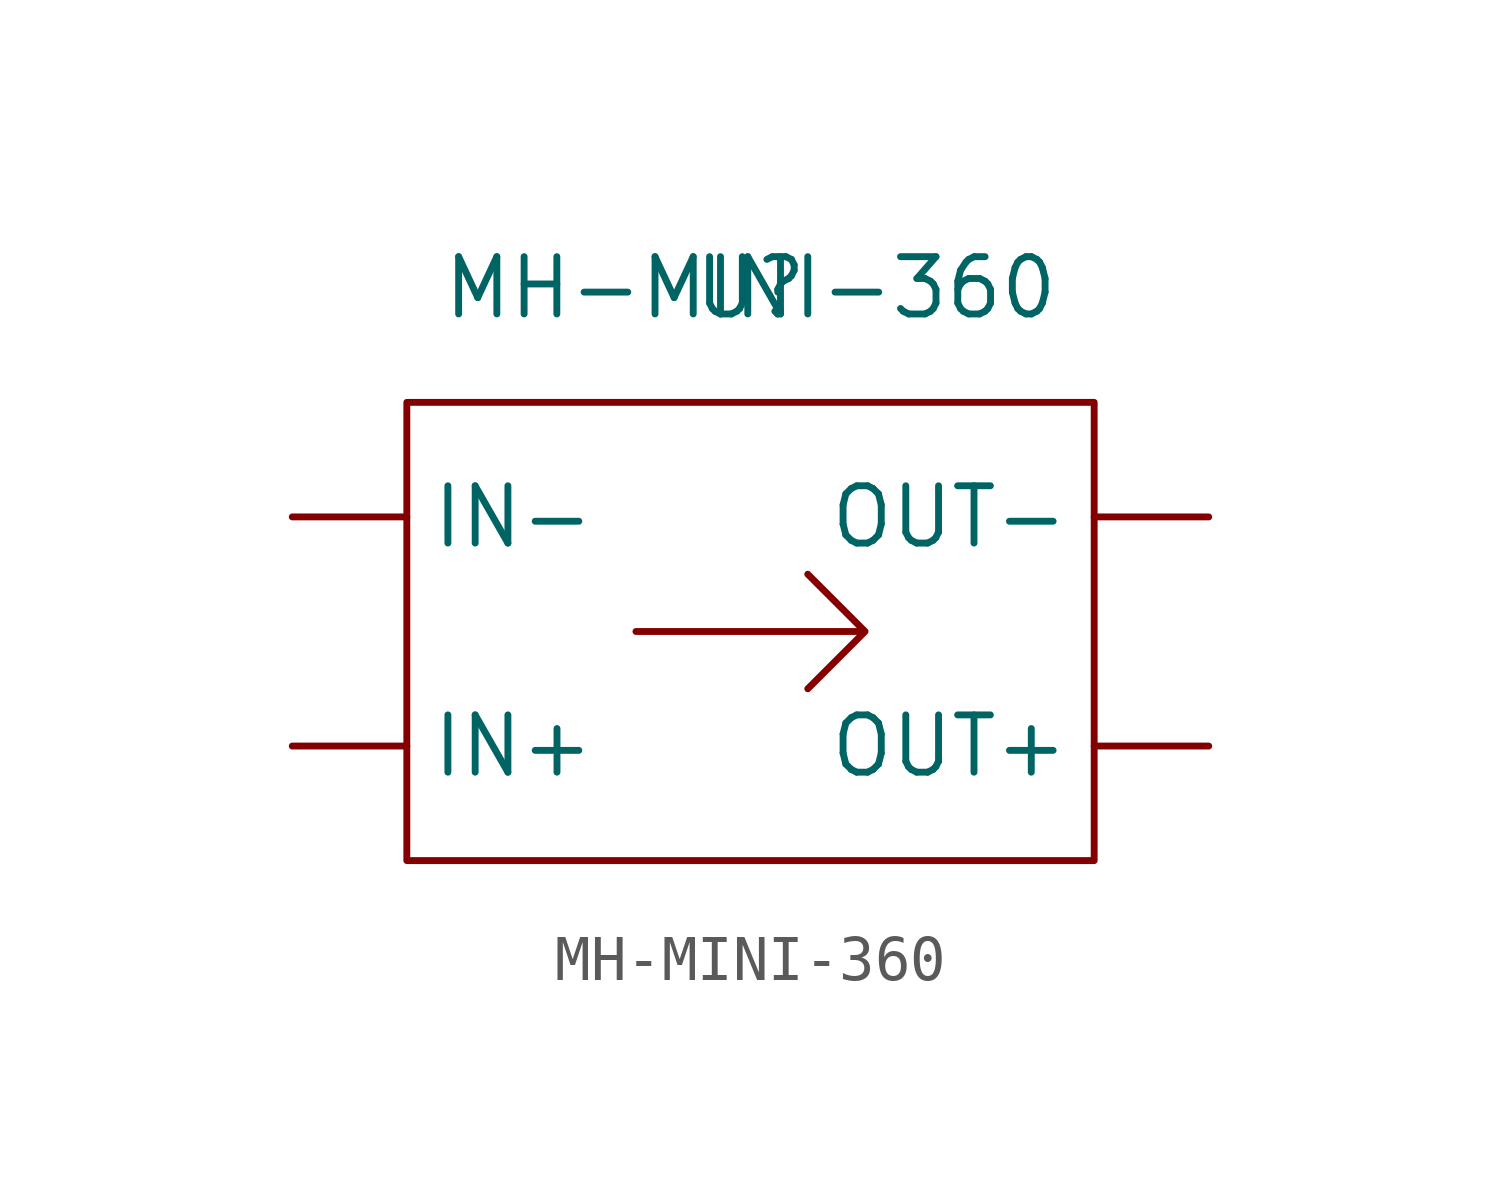
<source format=kicad_sym>
(kicad_symbol_lib
  (version 20211014)
  (generator kicad_symbol_editor)
  (symbol "MH-MINI-360"
    (property "Reference" "U"
      (at 0 0 0)
      (effects (font (size 1.27 1.27))))
    (property "Value" "MH-MINI-360"
      (at 0 0 0)
      (effects (font (size 1.27 1.27))))
    (symbol "MH-MINI-360_0_1"
      (rectangle (start -7.62 -2.54) (end 7.62 -12.7) (stroke (width 0) (type default) (color 0 0 0 0)) (fill (type none)))
      (polyline (pts (xy -2.54 -7.62) (xy 2.54 -7.62) (xy 1.27 -6.35) (xy 2.54 -7.62) (xy 1.27 -8.89) (xy 2.54 -7.62) (xy 2.54 -7.62) (xy 2.54 -7.62)) (stroke (width 0) (type default) (color 0 0 0 0)) (fill (type none))))
    (symbol "MH-MINI-360_1_1"
      (pin input line (at -10.16 -10.16 0) (length 2.54) (name "IN+" (effects (font (size 1.27 1.27)))) (number "" (effects (font (size 1.27 1.27)))))
      (pin input line (at -10.16 -5.08 0) (length 2.54) (name "IN-" (effects (font (size 1.27 1.27)))) (number "" (effects (font (size 1.27 1.27)))))
      (pin output line (at 10.16 -10.16 180) (length 2.54) (name "OUT+" (effects (font (size 1.27 1.27)))) (number "" (effects (font (size 1.27 1.27)))))
      (pin output line (at 10.16 -5.08 180) (length 2.54) (name "OUT-" (effects (font (size 1.27 1.27)))) (number "" (effects (font (size 1.27 1.27))))))))
</source>
